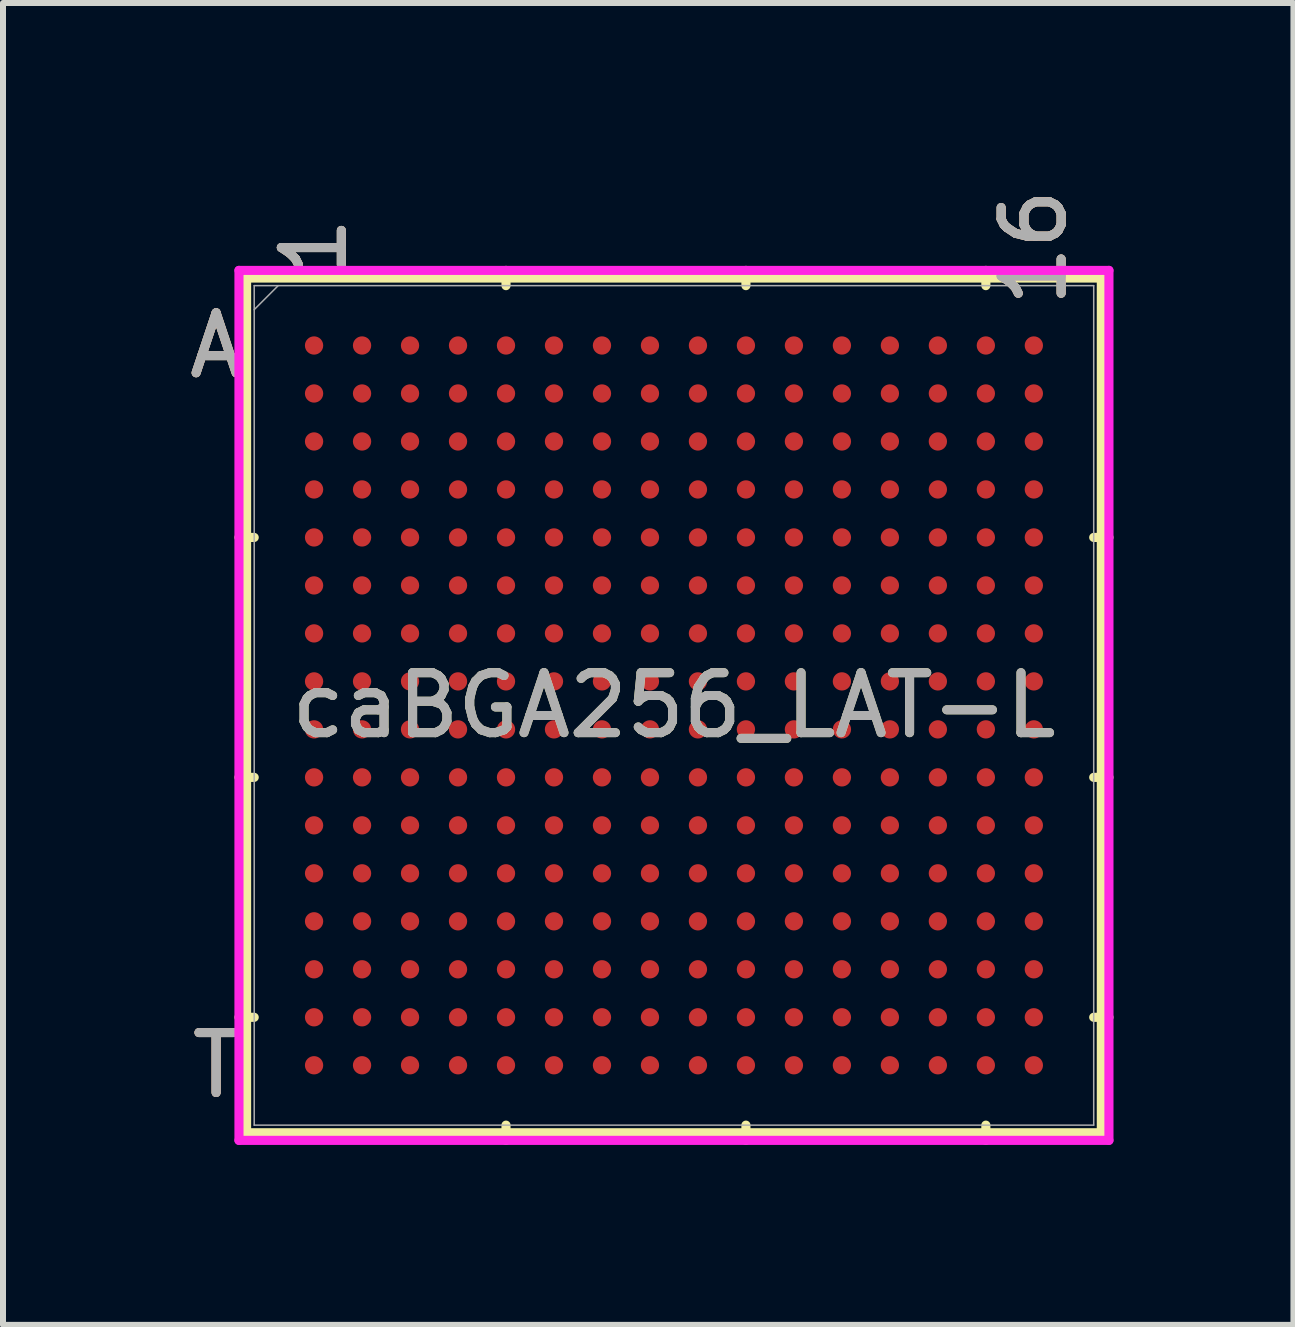
<source format=kicad_pcb>
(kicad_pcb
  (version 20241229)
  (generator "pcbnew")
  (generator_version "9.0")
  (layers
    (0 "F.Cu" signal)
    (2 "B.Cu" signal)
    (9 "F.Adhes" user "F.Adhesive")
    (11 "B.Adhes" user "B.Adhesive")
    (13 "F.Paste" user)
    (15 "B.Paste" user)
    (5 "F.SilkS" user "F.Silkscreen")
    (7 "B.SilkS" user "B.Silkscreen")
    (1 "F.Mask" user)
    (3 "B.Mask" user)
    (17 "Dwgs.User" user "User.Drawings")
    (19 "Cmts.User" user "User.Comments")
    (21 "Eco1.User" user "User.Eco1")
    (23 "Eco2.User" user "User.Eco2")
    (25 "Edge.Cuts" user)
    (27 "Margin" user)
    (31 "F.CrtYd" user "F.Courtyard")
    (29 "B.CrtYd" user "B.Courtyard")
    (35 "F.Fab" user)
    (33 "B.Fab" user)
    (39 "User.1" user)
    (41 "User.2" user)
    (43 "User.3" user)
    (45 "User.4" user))
  (footprint "caBGA256_LAT-L"
    (layer "F.Cu")
    (at 8.186 8.71)
    (property "Reference" "caBGA256_LAT-L" (at 0 0 0) (unlocked yes) (layer "F.SilkS") (effects (font (size 1 1) (thickness 0.15))))
    (attr smd)
    (fp_line (start -7.125 -7.125) (end -7.125 7.125) (stroke (width 0.152) (type solid)) (layer "F.SilkS"))
    (fp_line (start -7.125 7.125) (end 7.125 7.125) (stroke (width 0.152) (type solid)) (layer "F.SilkS"))
    (fp_line (start -6.998 -2.8) (end -7.252 -2.8) (stroke (width 0.152) (type solid)) (layer "F.SilkS"))
    (fp_line (start -6.998 1.2) (end -7.252 1.2) (stroke (width 0.152) (type solid)) (layer "F.SilkS"))
    (fp_line (start -6.998 5.2) (end -7.252 5.2) (stroke (width 0.152) (type solid)) (layer "F.SilkS"))
    (fp_line (start -2.8 -6.998) (end -2.8 -7.252) (stroke (width 0.152) (type solid)) (layer "F.SilkS"))
    (fp_line (start -2.8 6.998) (end -2.8 7.252) (stroke (width 0.152) (type solid)) (layer "F.SilkS"))
    (fp_line (start 1.2 -6.998) (end 1.2 -7.252) (stroke (width 0.152) (type solid)) (layer "F.SilkS"))
    (fp_line (start 1.2 6.998) (end 1.2 7.252) (stroke (width 0.152) (type solid)) (layer "F.SilkS"))
    (fp_line (start 5.2 -6.998) (end 5.2 -7.252) (stroke (width 0.152) (type solid)) (layer "F.SilkS"))
    (fp_line (start 5.2 6.998) (end 5.2 7.252) (stroke (width 0.152) (type solid)) (layer "F.SilkS"))
    (fp_line (start 6.998 -2.8) (end 7.252 -2.8) (stroke (width 0.152) (type solid)) (layer "F.SilkS"))
    (fp_line (start 6.998 1.2) (end 7.252 1.2) (stroke (width 0.152) (type solid)) (layer "F.SilkS"))
    (fp_line (start 6.998 5.2) (end 7.252 5.2) (stroke (width 0.152) (type solid)) (layer "F.SilkS"))
    (fp_line (start 7.125 -7.125) (end -7.125 -7.125) (stroke (width 0.152) (type solid)) (layer "F.SilkS"))
    (fp_line (start 7.125 7.125) (end 7.125 -7.125) (stroke (width 0.152) (type solid)) (layer "F.SilkS"))
    (fp_poly (pts (xy -6.844 -6.844) (xy 6.844 -6.844) (xy 6.844 6.844) (xy -6.844 6.844)) (stroke (width 0.1) (type solid)) (fill no) (layer "Eco2.User"))
    (fp_line (start -7.252 -7.252) (end 7.252 -7.252) (stroke (width 0.152) (type solid)) (layer "F.CrtYd"))
    (fp_line (start -7.252 7.252) (end -7.252 -7.252) (stroke (width 0.152) (type solid)) (layer "F.CrtYd"))
    (fp_line (start 7.252 -7.252) (end 7.252 7.252) (stroke (width 0.152) (type solid)) (layer "F.CrtYd"))
    (fp_line (start 7.252 7.252) (end -7.252 7.252) (stroke (width 0.152) (type solid)) (layer "F.CrtYd"))
    (fp_line (start -6.998 -6.998) (end -6.998 6.998) (stroke (width 0.025) (type solid)) (layer "F.Fab"))
    (fp_line (start -6.998 6.998) (end 6.998 6.998) (stroke (width 0.025) (type solid)) (layer "F.Fab"))
    (fp_line (start -6.598 -6.998) (end -6.998 -6.598) (stroke (width 0.025) (type solid)) (layer "F.Fab"))
    (fp_line (start 6.998 -6.998) (end -6.998 -6.998) (stroke (width 0.025) (type solid)) (layer "F.Fab"))
    (fp_line (start 6.998 6.998) (end 6.998 -6.998) (stroke (width 0.025) (type solid)) (layer "F.Fab"))
    (fp_text user "A" (at -7.633 -6 0) (unlocked yes) (layer "F.SilkS") (effects (font (size 1 1) (thickness 0.15))))
    (fp_text user "T" (at -7.633 6 0) (unlocked yes) (layer "F.SilkS") (effects (font (size 1 1) (thickness 0.15))))
    (fp_text user "16" (at 6 -7.633 90) (unlocked yes) (layer "F.SilkS") (effects (font (size 1 1) (thickness 0.15))))
    (fp_text user "1" (at -6 -7.633 90) (unlocked yes) (layer "F.SilkS") (effects (font (size 1 1) (thickness 0.15))))
    (fp_text user "T" (at -7.633 6 0) (unlocked yes) (layer "B.SilkS") (effects (font (size 1 1) (thickness 0.15))))
    (fp_text user "16" (at 6 -7.633 90) (unlocked yes) (layer "B.SilkS") (effects (font (size 1 1) (thickness 0.15))))
    (fp_text user "1" (at -6 -7.633 90) (unlocked yes) (layer "B.SilkS") (effects (font (size 1 1) (thickness 0.15))))
    (fp_text user "A" (at -7.633 -6 0) (unlocked yes) (layer "B.SilkS") (effects (font (size 1 1) (thickness 0.15))))
    (fp_text user "${REFERENCE}" (at 0 0 0) (unlocked yes) (layer "F.Fab") (effects (font (size 1 1) (thickness 0.15))))
    (fp_text user "T" (at -7.633 6 0) (unlocked yes) (layer "F.Fab") (effects (font (size 1 1) (thickness 0.15))))
    (fp_text user "A" (at -7.633 -6 0) (unlocked yes) (layer "F.Fab") (effects (font (size 1 1) (thickness 0.15))))
    (fp_text user "1" (at -6 -7.633 90) (unlocked yes) (layer "F.Fab") (effects (font (size 1 1) (thickness 0.15))))
    (fp_text user "16" (at 6 -7.633 90) (unlocked yes) (layer "F.Fab") (effects (font (size 1 1) (thickness 0.15))))
    (pad "A1" smd circle (at -6 -6) (size 0.305 0.305) (layers "F.Cu" "F.Mask" "F.Paste"))
    (pad "A2" smd circle (at -5.2 -6) (size 0.305 0.305) (layers "F.Cu" "F.Mask" "F.Paste"))
    (pad "A3" smd circle (at -4.4 -6) (size 0.305 0.305) (layers "F.Cu" "F.Mask" "F.Paste"))
    (pad "A4" smd circle (at -3.6 -6) (size 0.305 0.305) (layers "F.Cu" "F.Mask" "F.Paste"))
    (pad "A5" smd circle (at -2.8 -6) (size 0.305 0.305) (layers "F.Cu" "F.Mask" "F.Paste"))
    (pad "A6" smd circle (at -2 -6) (size 0.305 0.305) (layers "F.Cu" "F.Mask" "F.Paste"))
    (pad "A7" smd circle (at -1.2 -6) (size 0.305 0.305) (layers "F.Cu" "F.Mask" "F.Paste"))
    (pad "A8" smd circle (at -0.4 -6) (size 0.305 0.305) (layers "F.Cu" "F.Mask" "F.Paste"))
    (pad "A9" smd circle (at 0.4 -6) (size 0.305 0.305) (layers "F.Cu" "F.Mask" "F.Paste"))
    (pad "A10" smd circle (at 1.2 -6) (size 0.305 0.305) (layers "F.Cu" "F.Mask" "F.Paste"))
    (pad "A11" smd circle (at 2 -6) (size 0.305 0.305) (layers "F.Cu" "F.Mask" "F.Paste"))
    (pad "A12" smd circle (at 2.8 -6) (size 0.305 0.305) (layers "F.Cu" "F.Mask" "F.Paste"))
    (pad "A13" smd circle (at 3.6 -6) (size 0.305 0.305) (layers "F.Cu" "F.Mask" "F.Paste"))
    (pad "A14" smd circle (at 4.4 -6) (size 0.305 0.305) (layers "F.Cu" "F.Mask" "F.Paste"))
    (pad "A15" smd circle (at 5.2 -6) (size 0.305 0.305) (layers "F.Cu" "F.Mask" "F.Paste"))
    (pad "A16" smd circle (at 6 -6) (size 0.305 0.305) (layers "F.Cu" "F.Mask" "F.Paste"))
    (pad "B1" smd circle (at -6 -5.2) (size 0.305 0.305) (layers "F.Cu" "F.Mask" "F.Paste"))
    (pad "B2" smd circle (at -5.2 -5.2) (size 0.305 0.305) (layers "F.Cu" "F.Mask" "F.Paste"))
    (pad "B3" smd circle (at -4.4 -5.2) (size 0.305 0.305) (layers "F.Cu" "F.Mask" "F.Paste"))
    (pad "B4" smd circle (at -3.6 -5.2) (size 0.305 0.305) (layers "F.Cu" "F.Mask" "F.Paste"))
    (pad "B5" smd circle (at -2.8 -5.2) (size 0.305 0.305) (layers "F.Cu" "F.Mask" "F.Paste"))
    (pad "B6" smd circle (at -2 -5.2) (size 0.305 0.305) (layers "F.Cu" "F.Mask" "F.Paste"))
    (pad "B7" smd circle (at -1.2 -5.2) (size 0.305 0.305) (layers "F.Cu" "F.Mask" "F.Paste"))
    (pad "B8" smd circle (at -0.4 -5.2) (size 0.305 0.305) (layers "F.Cu" "F.Mask" "F.Paste"))
    (pad "B9" smd circle (at 0.4 -5.2) (size 0.305 0.305) (layers "F.Cu" "F.Mask" "F.Paste"))
    (pad "B10" smd circle (at 1.2 -5.2) (size 0.305 0.305) (layers "F.Cu" "F.Mask" "F.Paste"))
    (pad "B11" smd circle (at 2 -5.2) (size 0.305 0.305) (layers "F.Cu" "F.Mask" "F.Paste"))
    (pad "B12" smd circle (at 2.8 -5.2) (size 0.305 0.305) (layers "F.Cu" "F.Mask" "F.Paste"))
    (pad "B13" smd circle (at 3.6 -5.2) (size 0.305 0.305) (layers "F.Cu" "F.Mask" "F.Paste"))
    (pad "B14" smd circle (at 4.4 -5.2) (size 0.305 0.305) (layers "F.Cu" "F.Mask" "F.Paste"))
    (pad "B15" smd circle (at 5.2 -5.2) (size 0.305 0.305) (layers "F.Cu" "F.Mask" "F.Paste"))
    (pad "B16" smd circle (at 6 -5.2) (size 0.305 0.305) (layers "F.Cu" "F.Mask" "F.Paste"))
    (pad "C1" smd circle (at -6 -4.4) (size 0.305 0.305) (layers "F.Cu" "F.Mask" "F.Paste"))
    (pad "C2" smd circle (at -5.2 -4.4) (size 0.305 0.305) (layers "F.Cu" "F.Mask" "F.Paste"))
    (pad "C3" smd circle (at -4.4 -4.4) (size 0.305 0.305) (layers "F.Cu" "F.Mask" "F.Paste"))
    (pad "C4" smd circle (at -3.6 -4.4) (size 0.305 0.305) (layers "F.Cu" "F.Mask" "F.Paste"))
    (pad "C5" smd circle (at -2.8 -4.4) (size 0.305 0.305) (layers "F.Cu" "F.Mask" "F.Paste"))
    (pad "C6" smd circle (at -2 -4.4) (size 0.305 0.305) (layers "F.Cu" "F.Mask" "F.Paste"))
    (pad "C7" smd circle (at -1.2 -4.4) (size 0.305 0.305) (layers "F.Cu" "F.Mask" "F.Paste"))
    (pad "C8" smd circle (at -0.4 -4.4) (size 0.305 0.305) (layers "F.Cu" "F.Mask" "F.Paste"))
    (pad "C9" smd circle (at 0.4 -4.4) (size 0.305 0.305) (layers "F.Cu" "F.Mask" "F.Paste"))
    (pad "C10" smd circle (at 1.2 -4.4) (size 0.305 0.305) (layers "F.Cu" "F.Mask" "F.Paste"))
    (pad "C11" smd circle (at 2 -4.4) (size 0.305 0.305) (layers "F.Cu" "F.Mask" "F.Paste"))
    (pad "C12" smd circle (at 2.8 -4.4) (size 0.305 0.305) (layers "F.Cu" "F.Mask" "F.Paste"))
    (pad "C13" smd circle (at 3.6 -4.4) (size 0.305 0.305) (layers "F.Cu" "F.Mask" "F.Paste"))
    (pad "C14" smd circle (at 4.4 -4.4) (size 0.305 0.305) (layers "F.Cu" "F.Mask" "F.Paste"))
    (pad "C15" smd circle (at 5.2 -4.4) (size 0.305 0.305) (layers "F.Cu" "F.Mask" "F.Paste"))
    (pad "C16" smd circle (at 6 -4.4) (size 0.305 0.305) (layers "F.Cu" "F.Mask" "F.Paste"))
    (pad "D1" smd circle (at -6 -3.6) (size 0.305 0.305) (layers "F.Cu" "F.Mask" "F.Paste"))
    (pad "D2" smd circle (at -5.2 -3.6) (size 0.305 0.305) (layers "F.Cu" "F.Mask" "F.Paste"))
    (pad "D3" smd circle (at -4.4 -3.6) (size 0.305 0.305) (layers "F.Cu" "F.Mask" "F.Paste"))
    (pad "D4" smd circle (at -3.6 -3.6) (size 0.305 0.305) (layers "F.Cu" "F.Mask" "F.Paste"))
    (pad "D5" smd circle (at -2.8 -3.6) (size 0.305 0.305) (layers "F.Cu" "F.Mask" "F.Paste"))
    (pad "D6" smd circle (at -2 -3.6) (size 0.305 0.305) (layers "F.Cu" "F.Mask" "F.Paste"))
    (pad "D7" smd circle (at -1.2 -3.6) (size 0.305 0.305) (layers "F.Cu" "F.Mask" "F.Paste"))
    (pad "D8" smd circle (at -0.4 -3.6) (size 0.305 0.305) (layers "F.Cu" "F.Mask" "F.Paste"))
    (pad "D9" smd circle (at 0.4 -3.6) (size 0.305 0.305) (layers "F.Cu" "F.Mask" "F.Paste"))
    (pad "D10" smd circle (at 1.2 -3.6) (size 0.305 0.305) (layers "F.Cu" "F.Mask" "F.Paste"))
    (pad "D11" smd circle (at 2 -3.6) (size 0.305 0.305) (layers "F.Cu" "F.Mask" "F.Paste"))
    (pad "D12" smd circle (at 2.8 -3.6) (size 0.305 0.305) (layers "F.Cu" "F.Mask" "F.Paste"))
    (pad "D13" smd circle (at 3.6 -3.6) (size 0.305 0.305) (layers "F.Cu" "F.Mask" "F.Paste"))
    (pad "D14" smd circle (at 4.4 -3.6) (size 0.305 0.305) (layers "F.Cu" "F.Mask" "F.Paste"))
    (pad "D15" smd circle (at 5.2 -3.6) (size 0.305 0.305) (layers "F.Cu" "F.Mask" "F.Paste"))
    (pad "D16" smd circle (at 6 -3.6) (size 0.305 0.305) (layers "F.Cu" "F.Mask" "F.Paste"))
    (pad "E1" smd circle (at -6 -2.8) (size 0.305 0.305) (layers "F.Cu" "F.Mask" "F.Paste"))
    (pad "E2" smd circle (at -5.2 -2.8) (size 0.305 0.305) (layers "F.Cu" "F.Mask" "F.Paste"))
    (pad "E3" smd circle (at -4.4 -2.8) (size 0.305 0.305) (layers "F.Cu" "F.Mask" "F.Paste"))
    (pad "E4" smd circle (at -3.6 -2.8) (size 0.305 0.305) (layers "F.Cu" "F.Mask" "F.Paste"))
    (pad "E5" smd circle (at -2.8 -2.8) (size 0.305 0.305) (layers "F.Cu" "F.Mask" "F.Paste"))
    (pad "E6" smd circle (at -2 -2.8) (size 0.305 0.305) (layers "F.Cu" "F.Mask" "F.Paste"))
    (pad "E7" smd circle (at -1.2 -2.8) (size 0.305 0.305) (layers "F.Cu" "F.Mask" "F.Paste"))
    (pad "E8" smd circle (at -0.4 -2.8) (size 0.305 0.305) (layers "F.Cu" "F.Mask" "F.Paste"))
    (pad "E9" smd circle (at 0.4 -2.8) (size 0.305 0.305) (layers "F.Cu" "F.Mask" "F.Paste"))
    (pad "E10" smd circle (at 1.2 -2.8) (size 0.305 0.305) (layers "F.Cu" "F.Mask" "F.Paste"))
    (pad "E11" smd circle (at 2 -2.8) (size 0.305 0.305) (layers "F.Cu" "F.Mask" "F.Paste"))
    (pad "E12" smd circle (at 2.8 -2.8) (size 0.305 0.305) (layers "F.Cu" "F.Mask" "F.Paste"))
    (pad "E13" smd circle (at 3.6 -2.8) (size 0.305 0.305) (layers "F.Cu" "F.Mask" "F.Paste"))
    (pad "E14" smd circle (at 4.4 -2.8) (size 0.305 0.305) (layers "F.Cu" "F.Mask" "F.Paste"))
    (pad "E15" smd circle (at 5.2 -2.8) (size 0.305 0.305) (layers "F.Cu" "F.Mask" "F.Paste"))
    (pad "E16" smd circle (at 6 -2.8) (size 0.305 0.305) (layers "F.Cu" "F.Mask" "F.Paste"))
    (pad "F1" smd circle (at -6 -2) (size 0.305 0.305) (layers "F.Cu" "F.Mask" "F.Paste"))
    (pad "F2" smd circle (at -5.2 -2) (size 0.305 0.305) (layers "F.Cu" "F.Mask" "F.Paste"))
    (pad "F3" smd circle (at -4.4 -2) (size 0.305 0.305) (layers "F.Cu" "F.Mask" "F.Paste"))
    (pad "F4" smd circle (at -3.6 -2) (size 0.305 0.305) (layers "F.Cu" "F.Mask" "F.Paste"))
    (pad "F5" smd circle (at -2.8 -2) (size 0.305 0.305) (layers "F.Cu" "F.Mask" "F.Paste"))
    (pad "F6" smd circle (at -2 -2) (size 0.305 0.305) (layers "F.Cu" "F.Mask" "F.Paste"))
    (pad "F7" smd circle (at -1.2 -2) (size 0.305 0.305) (layers "F.Cu" "F.Mask" "F.Paste"))
    (pad "F8" smd circle (at -0.4 -2) (size 0.305 0.305) (layers "F.Cu" "F.Mask" "F.Paste"))
    (pad "F9" smd circle (at 0.4 -2) (size 0.305 0.305) (layers "F.Cu" "F.Mask" "F.Paste"))
    (pad "F10" smd circle (at 1.2 -2) (size 0.305 0.305) (layers "F.Cu" "F.Mask" "F.Paste"))
    (pad "F11" smd circle (at 2 -2) (size 0.305 0.305) (layers "F.Cu" "F.Mask" "F.Paste"))
    (pad "F12" smd circle (at 2.8 -2) (size 0.305 0.305) (layers "F.Cu" "F.Mask" "F.Paste"))
    (pad "F13" smd circle (at 3.6 -2) (size 0.305 0.305) (layers "F.Cu" "F.Mask" "F.Paste"))
    (pad "F14" smd circle (at 4.4 -2) (size 0.305 0.305) (layers "F.Cu" "F.Mask" "F.Paste"))
    (pad "F15" smd circle (at 5.2 -2) (size 0.305 0.305) (layers "F.Cu" "F.Mask" "F.Paste"))
    (pad "F16" smd circle (at 6 -2) (size 0.305 0.305) (layers "F.Cu" "F.Mask" "F.Paste"))
    (pad "G1" smd circle (at -6 -1.2) (size 0.305 0.305) (layers "F.Cu" "F.Mask" "F.Paste"))
    (pad "G2" smd circle (at -5.2 -1.2) (size 0.305 0.305) (layers "F.Cu" "F.Mask" "F.Paste"))
    (pad "G3" smd circle (at -4.4 -1.2) (size 0.305 0.305) (layers "F.Cu" "F.Mask" "F.Paste"))
    (pad "G4" smd circle (at -3.6 -1.2) (size 0.305 0.305) (layers "F.Cu" "F.Mask" "F.Paste"))
    (pad "G5" smd circle (at -2.8 -1.2) (size 0.305 0.305) (layers "F.Cu" "F.Mask" "F.Paste"))
    (pad "G6" smd circle (at -2 -1.2) (size 0.305 0.305) (layers "F.Cu" "F.Mask" "F.Paste"))
    (pad "G7" smd circle (at -1.2 -1.2) (size 0.305 0.305) (layers "F.Cu" "F.Mask" "F.Paste"))
    (pad "G8" smd circle (at -0.4 -1.2) (size 0.305 0.305) (layers "F.Cu" "F.Mask" "F.Paste"))
    (pad "G9" smd circle (at 0.4 -1.2) (size 0.305 0.305) (layers "F.Cu" "F.Mask" "F.Paste"))
    (pad "G10" smd circle (at 1.2 -1.2) (size 0.305 0.305) (layers "F.Cu" "F.Mask" "F.Paste"))
    (pad "G11" smd circle (at 2 -1.2) (size 0.305 0.305) (layers "F.Cu" "F.Mask" "F.Paste"))
    (pad "G12" smd circle (at 2.8 -1.2) (size 0.305 0.305) (layers "F.Cu" "F.Mask" "F.Paste"))
    (pad "G13" smd circle (at 3.6 -1.2) (size 0.305 0.305) (layers "F.Cu" "F.Mask" "F.Paste"))
    (pad "G14" smd circle (at 4.4 -1.2) (size 0.305 0.305) (layers "F.Cu" "F.Mask" "F.Paste"))
    (pad "G15" smd circle (at 5.2 -1.2) (size 0.305 0.305) (layers "F.Cu" "F.Mask" "F.Paste"))
    (pad "G16" smd circle (at 6 -1.2) (size 0.305 0.305) (layers "F.Cu" "F.Mask" "F.Paste"))
    (pad "H1" smd circle (at -6 -0.4) (size 0.305 0.305) (layers "F.Cu" "F.Mask" "F.Paste"))
    (pad "H2" smd circle (at -5.2 -0.4) (size 0.305 0.305) (layers "F.Cu" "F.Mask" "F.Paste"))
    (pad "H3" smd circle (at -4.4 -0.4) (size 0.305 0.305) (layers "F.Cu" "F.Mask" "F.Paste"))
    (pad "H4" smd circle (at -3.6 -0.4) (size 0.305 0.305) (layers "F.Cu" "F.Mask" "F.Paste"))
    (pad "H5" smd circle (at -2.8 -0.4) (size 0.305 0.305) (layers "F.Cu" "F.Mask" "F.Paste"))
    (pad "H6" smd circle (at -2 -0.4) (size 0.305 0.305) (layers "F.Cu" "F.Mask" "F.Paste"))
    (pad "H7" smd circle (at -1.2 -0.4) (size 0.305 0.305) (layers "F.Cu" "F.Mask" "F.Paste"))
    (pad "H8" smd circle (at -0.4 -0.4) (size 0.305 0.305) (layers "F.Cu" "F.Mask" "F.Paste"))
    (pad "H9" smd circle (at 0.4 -0.4) (size 0.305 0.305) (layers "F.Cu" "F.Mask" "F.Paste"))
    (pad "H10" smd circle (at 1.2 -0.4) (size 0.305 0.305) (layers "F.Cu" "F.Mask" "F.Paste"))
    (pad "H11" smd circle (at 2 -0.4) (size 0.305 0.305) (layers "F.Cu" "F.Mask" "F.Paste"))
    (pad "H12" smd circle (at 2.8 -0.4) (size 0.305 0.305) (layers "F.Cu" "F.Mask" "F.Paste"))
    (pad "H13" smd circle (at 3.6 -0.4) (size 0.305 0.305) (layers "F.Cu" "F.Mask" "F.Paste"))
    (pad "H14" smd circle (at 4.4 -0.4) (size 0.305 0.305) (layers "F.Cu" "F.Mask" "F.Paste"))
    (pad "H15" smd circle (at 5.2 -0.4) (size 0.305 0.305) (layers "F.Cu" "F.Mask" "F.Paste"))
    (pad "H16" smd circle (at 6 -0.4) (size 0.305 0.305) (layers "F.Cu" "F.Mask" "F.Paste"))
    (pad "J1" smd circle (at -6 0.4) (size 0.305 0.305) (layers "F.Cu" "F.Mask" "F.Paste"))
    (pad "J2" smd circle (at -5.2 0.4) (size 0.305 0.305) (layers "F.Cu" "F.Mask" "F.Paste"))
    (pad "J3" smd circle (at -4.4 0.4) (size 0.305 0.305) (layers "F.Cu" "F.Mask" "F.Paste"))
    (pad "J4" smd circle (at -3.6 0.4) (size 0.305 0.305) (layers "F.Cu" "F.Mask" "F.Paste"))
    (pad "J5" smd circle (at -2.8 0.4) (size 0.305 0.305) (layers "F.Cu" "F.Mask" "F.Paste"))
    (pad "J6" smd circle (at -2 0.4) (size 0.305 0.305) (layers "F.Cu" "F.Mask" "F.Paste"))
    (pad "J7" smd circle (at -1.2 0.4) (size 0.305 0.305) (layers "F.Cu" "F.Mask" "F.Paste"))
    (pad "J8" smd circle (at -0.4 0.4) (size 0.305 0.305) (layers "F.Cu" "F.Mask" "F.Paste"))
    (pad "J9" smd circle (at 0.4 0.4) (size 0.305 0.305) (layers "F.Cu" "F.Mask" "F.Paste"))
    (pad "J10" smd circle (at 1.2 0.4) (size 0.305 0.305) (layers "F.Cu" "F.Mask" "F.Paste"))
    (pad "J11" smd circle (at 2 0.4) (size 0.305 0.305) (layers "F.Cu" "F.Mask" "F.Paste"))
    (pad "J12" smd circle (at 2.8 0.4) (size 0.305 0.305) (layers "F.Cu" "F.Mask" "F.Paste"))
    (pad "J13" smd circle (at 3.6 0.4) (size 0.305 0.305) (layers "F.Cu" "F.Mask" "F.Paste"))
    (pad "J14" smd circle (at 4.4 0.4) (size 0.305 0.305) (layers "F.Cu" "F.Mask" "F.Paste"))
    (pad "J15" smd circle (at 5.2 0.4) (size 0.305 0.305) (layers "F.Cu" "F.Mask" "F.Paste"))
    (pad "J16" smd circle (at 6 0.4) (size 0.305 0.305) (layers "F.Cu" "F.Mask" "F.Paste"))
    (pad "K1" smd circle (at -6 1.2) (size 0.305 0.305) (layers "F.Cu" "F.Mask" "F.Paste"))
    (pad "K2" smd circle (at -5.2 1.2) (size 0.305 0.305) (layers "F.Cu" "F.Mask" "F.Paste"))
    (pad "K3" smd circle (at -4.4 1.2) (size 0.305 0.305) (layers "F.Cu" "F.Mask" "F.Paste"))
    (pad "K4" smd circle (at -3.6 1.2) (size 0.305 0.305) (layers "F.Cu" "F.Mask" "F.Paste"))
    (pad "K5" smd circle (at -2.8 1.2) (size 0.305 0.305) (layers "F.Cu" "F.Mask" "F.Paste"))
    (pad "K6" smd circle (at -2 1.2) (size 0.305 0.305) (layers "F.Cu" "F.Mask" "F.Paste"))
    (pad "K7" smd circle (at -1.2 1.2) (size 0.305 0.305) (layers "F.Cu" "F.Mask" "F.Paste"))
    (pad "K8" smd circle (at -0.4 1.2) (size 0.305 0.305) (layers "F.Cu" "F.Mask" "F.Paste"))
    (pad "K9" smd circle (at 0.4 1.2) (size 0.305 0.305) (layers "F.Cu" "F.Mask" "F.Paste"))
    (pad "K10" smd circle (at 1.2 1.2) (size 0.305 0.305) (layers "F.Cu" "F.Mask" "F.Paste"))
    (pad "K11" smd circle (at 2 1.2) (size 0.305 0.305) (layers "F.Cu" "F.Mask" "F.Paste"))
    (pad "K12" smd circle (at 2.8 1.2) (size 0.305 0.305) (layers "F.Cu" "F.Mask" "F.Paste"))
    (pad "K13" smd circle (at 3.6 1.2) (size 0.305 0.305) (layers "F.Cu" "F.Mask" "F.Paste"))
    (pad "K14" smd circle (at 4.4 1.2) (size 0.305 0.305) (layers "F.Cu" "F.Mask" "F.Paste"))
    (pad "K15" smd circle (at 5.2 1.2) (size 0.305 0.305) (layers "F.Cu" "F.Mask" "F.Paste"))
    (pad "K16" smd circle (at 6 1.2) (size 0.305 0.305) (layers "F.Cu" "F.Mask" "F.Paste"))
    (pad "L1" smd circle (at -6 2) (size 0.305 0.305) (layers "F.Cu" "F.Mask" "F.Paste"))
    (pad "L2" smd circle (at -5.2 2) (size 0.305 0.305) (layers "F.Cu" "F.Mask" "F.Paste"))
    (pad "L3" smd circle (at -4.4 2) (size 0.305 0.305) (layers "F.Cu" "F.Mask" "F.Paste"))
    (pad "L4" smd circle (at -3.6 2) (size 0.305 0.305) (layers "F.Cu" "F.Mask" "F.Paste"))
    (pad "L5" smd circle (at -2.8 2) (size 0.305 0.305) (layers "F.Cu" "F.Mask" "F.Paste"))
    (pad "L6" smd circle (at -2 2) (size 0.305 0.305) (layers "F.Cu" "F.Mask" "F.Paste"))
    (pad "L7" smd circle (at -1.2 2) (size 0.305 0.305) (layers "F.Cu" "F.Mask" "F.Paste"))
    (pad "L8" smd circle (at -0.4 2) (size 0.305 0.305) (layers "F.Cu" "F.Mask" "F.Paste"))
    (pad "L9" smd circle (at 0.4 2) (size 0.305 0.305) (layers "F.Cu" "F.Mask" "F.Paste"))
    (pad "L10" smd circle (at 1.2 2) (size 0.305 0.305) (layers "F.Cu" "F.Mask" "F.Paste"))
    (pad "L11" smd circle (at 2 2) (size 0.305 0.305) (layers "F.Cu" "F.Mask" "F.Paste"))
    (pad "L12" smd circle (at 2.8 2) (size 0.305 0.305) (layers "F.Cu" "F.Mask" "F.Paste"))
    (pad "L13" smd circle (at 3.6 2) (size 0.305 0.305) (layers "F.Cu" "F.Mask" "F.Paste"))
    (pad "L14" smd circle (at 4.4 2) (size 0.305 0.305) (layers "F.Cu" "F.Mask" "F.Paste"))
    (pad "L15" smd circle (at 5.2 2) (size 0.305 0.305) (layers "F.Cu" "F.Mask" "F.Paste"))
    (pad "L16" smd circle (at 6 2) (size 0.305 0.305) (layers "F.Cu" "F.Mask" "F.Paste"))
    (pad "M1" smd circle (at -6 2.8) (size 0.305 0.305) (layers "F.Cu" "F.Mask" "F.Paste"))
    (pad "M2" smd circle (at -5.2 2.8) (size 0.305 0.305) (layers "F.Cu" "F.Mask" "F.Paste"))
    (pad "M3" smd circle (at -4.4 2.8) (size 0.305 0.305) (layers "F.Cu" "F.Mask" "F.Paste"))
    (pad "M4" smd circle (at -3.6 2.8) (size 0.305 0.305) (layers "F.Cu" "F.Mask" "F.Paste"))
    (pad "M5" smd circle (at -2.8 2.8) (size 0.305 0.305) (layers "F.Cu" "F.Mask" "F.Paste"))
    (pad "M6" smd circle (at -2 2.8) (size 0.305 0.305) (layers "F.Cu" "F.Mask" "F.Paste"))
    (pad "M7" smd circle (at -1.2 2.8) (size 0.305 0.305) (layers "F.Cu" "F.Mask" "F.Paste"))
    (pad "M8" smd circle (at -0.4 2.8) (size 0.305 0.305) (layers "F.Cu" "F.Mask" "F.Paste"))
    (pad "M9" smd circle (at 0.4 2.8) (size 0.305 0.305) (layers "F.Cu" "F.Mask" "F.Paste"))
    (pad "M10" smd circle (at 1.2 2.8) (size 0.305 0.305) (layers "F.Cu" "F.Mask" "F.Paste"))
    (pad "M11" smd circle (at 2 2.8) (size 0.305 0.305) (layers "F.Cu" "F.Mask" "F.Paste"))
    (pad "M12" smd circle (at 2.8 2.8) (size 0.305 0.305) (layers "F.Cu" "F.Mask" "F.Paste"))
    (pad "M13" smd circle (at 3.6 2.8) (size 0.305 0.305) (layers "F.Cu" "F.Mask" "F.Paste"))
    (pad "M14" smd circle (at 4.4 2.8) (size 0.305 0.305) (layers "F.Cu" "F.Mask" "F.Paste"))
    (pad "M15" smd circle (at 5.2 2.8) (size 0.305 0.305) (layers "F.Cu" "F.Mask" "F.Paste"))
    (pad "M16" smd circle (at 6 2.8) (size 0.305 0.305) (layers "F.Cu" "F.Mask" "F.Paste"))
    (pad "N1" smd circle (at -6 3.6) (size 0.305 0.305) (layers "F.Cu" "F.Mask" "F.Paste"))
    (pad "N2" smd circle (at -5.2 3.6) (size 0.305 0.305) (layers "F.Cu" "F.Mask" "F.Paste"))
    (pad "N3" smd circle (at -4.4 3.6) (size 0.305 0.305) (layers "F.Cu" "F.Mask" "F.Paste"))
    (pad "N4" smd circle (at -3.6 3.6) (size 0.305 0.305) (layers "F.Cu" "F.Mask" "F.Paste"))
    (pad "N5" smd circle (at -2.8 3.6) (size 0.305 0.305) (layers "F.Cu" "F.Mask" "F.Paste"))
    (pad "N6" smd circle (at -2 3.6) (size 0.305 0.305) (layers "F.Cu" "F.Mask" "F.Paste"))
    (pad "N7" smd circle (at -1.2 3.6) (size 0.305 0.305) (layers "F.Cu" "F.Mask" "F.Paste"))
    (pad "N8" smd circle (at -0.4 3.6) (size 0.305 0.305) (layers "F.Cu" "F.Mask" "F.Paste"))
    (pad "N9" smd circle (at 0.4 3.6) (size 0.305 0.305) (layers "F.Cu" "F.Mask" "F.Paste"))
    (pad "N10" smd circle (at 1.2 3.6) (size 0.305 0.305) (layers "F.Cu" "F.Mask" "F.Paste"))
    (pad "N11" smd circle (at 2 3.6) (size 0.305 0.305) (layers "F.Cu" "F.Mask" "F.Paste"))
    (pad "N12" smd circle (at 2.8 3.6) (size 0.305 0.305) (layers "F.Cu" "F.Mask" "F.Paste"))
    (pad "N13" smd circle (at 3.6 3.6) (size 0.305 0.305) (layers "F.Cu" "F.Mask" "F.Paste"))
    (pad "N14" smd circle (at 4.4 3.6) (size 0.305 0.305) (layers "F.Cu" "F.Mask" "F.Paste"))
    (pad "N15" smd circle (at 5.2 3.6) (size 0.305 0.305) (layers "F.Cu" "F.Mask" "F.Paste"))
    (pad "N16" smd circle (at 6 3.6) (size 0.305 0.305) (layers "F.Cu" "F.Mask" "F.Paste"))
    (pad "P1" smd circle (at -6 4.4) (size 0.305 0.305) (layers "F.Cu" "F.Mask" "F.Paste"))
    (pad "P2" smd circle (at -5.2 4.4) (size 0.305 0.305) (layers "F.Cu" "F.Mask" "F.Paste"))
    (pad "P3" smd circle (at -4.4 4.4) (size 0.305 0.305) (layers "F.Cu" "F.Mask" "F.Paste"))
    (pad "P4" smd circle (at -3.6 4.4) (size 0.305 0.305) (layers "F.Cu" "F.Mask" "F.Paste"))
    (pad "P5" smd circle (at -2.8 4.4) (size 0.305 0.305) (layers "F.Cu" "F.Mask" "F.Paste"))
    (pad "P6" smd circle (at -2 4.4) (size 0.305 0.305) (layers "F.Cu" "F.Mask" "F.Paste"))
    (pad "P7" smd circle (at -1.2 4.4) (size 0.305 0.305) (layers "F.Cu" "F.Mask" "F.Paste"))
    (pad "P8" smd circle (at -0.4 4.4) (size 0.305 0.305) (layers "F.Cu" "F.Mask" "F.Paste"))
    (pad "P9" smd circle (at 0.4 4.4) (size 0.305 0.305) (layers "F.Cu" "F.Mask" "F.Paste"))
    (pad "P10" smd circle (at 1.2 4.4) (size 0.305 0.305) (layers "F.Cu" "F.Mask" "F.Paste"))
    (pad "P11" smd circle (at 2 4.4) (size 0.305 0.305) (layers "F.Cu" "F.Mask" "F.Paste"))
    (pad "P12" smd circle (at 2.8 4.4) (size 0.305 0.305) (layers "F.Cu" "F.Mask" "F.Paste"))
    (pad "P13" smd circle (at 3.6 4.4) (size 0.305 0.305) (layers "F.Cu" "F.Mask" "F.Paste"))
    (pad "P14" smd circle (at 4.4 4.4) (size 0.305 0.305) (layers "F.Cu" "F.Mask" "F.Paste"))
    (pad "P15" smd circle (at 5.2 4.4) (size 0.305 0.305) (layers "F.Cu" "F.Mask" "F.Paste"))
    (pad "P16" smd circle (at 6 4.4) (size 0.305 0.305) (layers "F.Cu" "F.Mask" "F.Paste"))
    (pad "R1" smd circle (at -6 5.2) (size 0.305 0.305) (layers "F.Cu" "F.Mask" "F.Paste"))
    (pad "R2" smd circle (at -5.2 5.2) (size 0.305 0.305) (layers "F.Cu" "F.Mask" "F.Paste"))
    (pad "R3" smd circle (at -4.4 5.2) (size 0.305 0.305) (layers "F.Cu" "F.Mask" "F.Paste"))
    (pad "R4" smd circle (at -3.6 5.2) (size 0.305 0.305) (layers "F.Cu" "F.Mask" "F.Paste"))
    (pad "R5" smd circle (at -2.8 5.2) (size 0.305 0.305) (layers "F.Cu" "F.Mask" "F.Paste"))
    (pad "R6" smd circle (at -2 5.2) (size 0.305 0.305) (layers "F.Cu" "F.Mask" "F.Paste"))
    (pad "R7" smd circle (at -1.2 5.2) (size 0.305 0.305) (layers "F.Cu" "F.Mask" "F.Paste"))
    (pad "R8" smd circle (at -0.4 5.2) (size 0.305 0.305) (layers "F.Cu" "F.Mask" "F.Paste"))
    (pad "R9" smd circle (at 0.4 5.2) (size 0.305 0.305) (layers "F.Cu" "F.Mask" "F.Paste"))
    (pad "R10" smd circle (at 1.2 5.2) (size 0.305 0.305) (layers "F.Cu" "F.Mask" "F.Paste"))
    (pad "R11" smd circle (at 2 5.2) (size 0.305 0.305) (layers "F.Cu" "F.Mask" "F.Paste"))
    (pad "R12" smd circle (at 2.8 5.2) (size 0.305 0.305) (layers "F.Cu" "F.Mask" "F.Paste"))
    (pad "R13" smd circle (at 3.6 5.2) (size 0.305 0.305) (layers "F.Cu" "F.Mask" "F.Paste"))
    (pad "R14" smd circle (at 4.4 5.2) (size 0.305 0.305) (layers "F.Cu" "F.Mask" "F.Paste"))
    (pad "R15" smd circle (at 5.2 5.2) (size 0.305 0.305) (layers "F.Cu" "F.Mask" "F.Paste"))
    (pad "R16" smd circle (at 6 5.2) (size 0.305 0.305) (layers "F.Cu" "F.Mask" "F.Paste"))
    (pad "T1" smd circle (at -6 6) (size 0.305 0.305) (layers "F.Cu" "F.Mask" "F.Paste"))
    (pad "T2" smd circle (at -5.2 6) (size 0.305 0.305) (layers "F.Cu" "F.Mask" "F.Paste"))
    (pad "T3" smd circle (at -4.4 6) (size 0.305 0.305) (layers "F.Cu" "F.Mask" "F.Paste"))
    (pad "T4" smd circle (at -3.6 6) (size 0.305 0.305) (layers "F.Cu" "F.Mask" "F.Paste"))
    (pad "T5" smd circle (at -2.8 6) (size 0.305 0.305) (layers "F.Cu" "F.Mask" "F.Paste"))
    (pad "T6" smd circle (at -2 6) (size 0.305 0.305) (layers "F.Cu" "F.Mask" "F.Paste"))
    (pad "T7" smd circle (at -1.2 6) (size 0.305 0.305) (layers "F.Cu" "F.Mask" "F.Paste"))
    (pad "T8" smd circle (at -0.4 6) (size 0.305 0.305) (layers "F.Cu" "F.Mask" "F.Paste"))
    (pad "T9" smd circle (at 0.4 6) (size 0.305 0.305) (layers "F.Cu" "F.Mask" "F.Paste"))
    (pad "T10" smd circle (at 1.2 6) (size 0.305 0.305) (layers "F.Cu" "F.Mask" "F.Paste"))
    (pad "T11" smd circle (at 2 6) (size 0.305 0.305) (layers "F.Cu" "F.Mask" "F.Paste"))
    (pad "T12" smd circle (at 2.8 6) (size 0.305 0.305) (layers "F.Cu" "F.Mask" "F.Paste"))
    (pad "T13" smd circle (at 3.6 6) (size 0.305 0.305) (layers "F.Cu" "F.Mask" "F.Paste"))
    (pad "T14" smd circle (at 4.4 6) (size 0.305 0.305) (layers "F.Cu" "F.Mask" "F.Paste"))
    (pad "T15" smd circle (at 5.2 6) (size 0.305 0.305) (layers "F.Cu" "F.Mask" "F.Paste"))
    (pad "T16" smd circle (at 6 6) (size 0.305 0.305) (layers "F.Cu" "F.Mask" "F.Paste")))
  (gr_rect
    (start -3 -3)
    (end 18.514 19.038)
    (stroke (width 0.1) (type default))
    (fill no)
    (layer "Edge.Cuts")))
</source>
